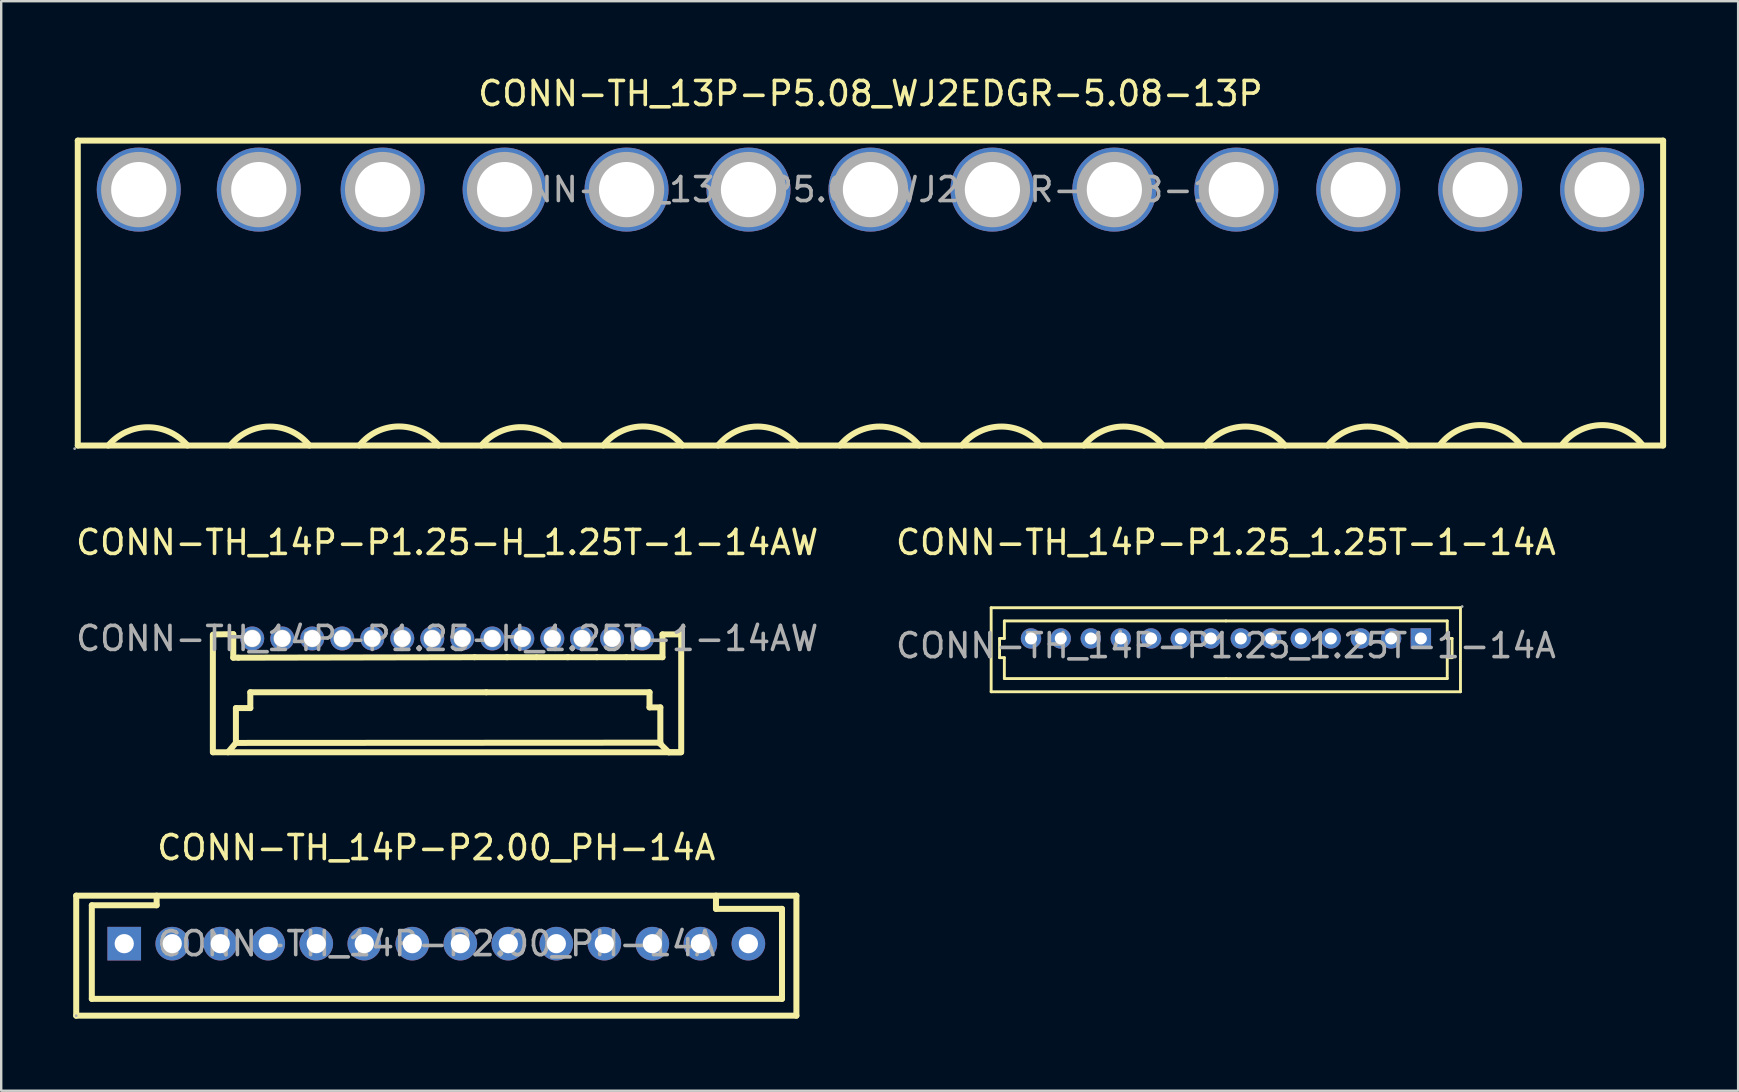
<source format=kicad_pcb>
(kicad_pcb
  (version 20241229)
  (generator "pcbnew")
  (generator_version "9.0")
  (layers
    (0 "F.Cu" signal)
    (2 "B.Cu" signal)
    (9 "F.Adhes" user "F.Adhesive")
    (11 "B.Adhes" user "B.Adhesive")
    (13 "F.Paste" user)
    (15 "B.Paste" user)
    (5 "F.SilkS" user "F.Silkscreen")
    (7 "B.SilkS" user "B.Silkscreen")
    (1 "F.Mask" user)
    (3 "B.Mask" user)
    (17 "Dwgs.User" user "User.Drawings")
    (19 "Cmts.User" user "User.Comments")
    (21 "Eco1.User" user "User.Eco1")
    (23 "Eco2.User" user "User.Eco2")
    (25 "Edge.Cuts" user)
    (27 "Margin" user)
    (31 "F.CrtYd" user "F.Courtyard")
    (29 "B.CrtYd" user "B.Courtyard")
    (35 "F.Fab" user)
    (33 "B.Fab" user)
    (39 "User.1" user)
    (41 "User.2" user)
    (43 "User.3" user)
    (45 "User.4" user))
  (footprint "CONN-TH_14P-P2.00_PH-14A"
    (layer "F.Cu")
    (at 15.125 36.26)
    (property "Reference" "CONN-TH_14P-P2.00_PH-14A" (at 0 -4 0) (layer "F.SilkS") (effects (font (size 1 1) (thickness 0.15))))
    (attr through_hole)
    (fp_line (start -15 -2) (end 15 -2) (stroke (width 0.25) (type solid)) (layer "F.SilkS"))
    (fp_line (start -15 3) (end -15 -2) (stroke (width 0.25) (type solid)) (layer "F.SilkS"))
    (fp_line (start -14.35 -1.6) (end -14.35 2.3) (stroke (width 0.25) (type solid)) (layer "F.SilkS"))
    (fp_line (start -14.35 -1.6) (end -11.65 -1.6) (stroke (width 0.25) (type solid)) (layer "F.SilkS"))
    (fp_line (start -14.35 2.3) (end 14.4 2.3) (stroke (width 0.25) (type solid)) (layer "F.SilkS"))
    (fp_line (start -11.65 -1.6) (end -11.65 -2) (stroke (width 0.25) (type solid)) (layer "F.SilkS"))
    (fp_line (start 11.65 -1.45) (end 11.65 -2) (stroke (width 0.25) (type solid)) (layer "F.SilkS"))
    (fp_line (start 14.4 -1.45) (end 11.65 -1.45) (stroke (width 0.25) (type solid)) (layer "F.SilkS"))
    (fp_line (start 14.4 2.3) (end 14.4 -1.45) (stroke (width 0.25) (type solid)) (layer "F.SilkS"))
    (fp_line (start 15 -2) (end 15 3) (stroke (width 0.25) (type solid)) (layer "F.SilkS"))
    (fp_line (start 15 3) (end -15 3) (stroke (width 0.25) (type solid)) (layer "F.SilkS"))
    (fp_circle (center -15 3) (end -14.97 3) (stroke (width 0.06) (type solid)) (fill no) (layer "F.Fab"))
    (fp_text user "${REFERENCE}" (at 0 0 0) (layer "F.Fab") (effects (font (size 1 1) (thickness 0.15))))
    (pad "1" thru_hole rect (at -13 0 180) (size 1.4 1.4) (drill 0.8) (layers "*.Cu" "*.Paste" "*.Mask"))
    (pad "2" thru_hole circle (at -11 0 180) (size 1.4 1.4) (drill 0.8) (layers "*.Cu" "*.Paste" "*.Mask"))
    (pad "3" thru_hole circle (at -9 0 180) (size 1.4 1.4) (drill 0.8) (layers "*.Cu" "*.Paste" "*.Mask"))
    (pad "4" thru_hole circle (at -7 0 180) (size 1.4 1.4) (drill 0.8) (layers "*.Cu" "*.Paste" "*.Mask"))
    (pad "5" thru_hole circle (at -5 0 180) (size 1.4 1.4) (drill 0.8) (layers "*.Cu" "*.Paste" "*.Mask"))
    (pad "6" thru_hole circle (at -3 0 180) (size 1.4 1.4) (drill 0.8) (layers "*.Cu" "*.Paste" "*.Mask"))
    (pad "7" thru_hole circle (at -1 0 180) (size 1.4 1.4) (drill 0.8) (layers "*.Cu" "*.Paste" "*.Mask"))
    (pad "8" thru_hole circle (at 1 0 180) (size 1.4 1.4) (drill 0.8) (layers "*.Cu" "*.Paste" "*.Mask"))
    (pad "9" thru_hole circle (at 3 0 180) (size 1.4 1.4) (drill 0.8) (layers "*.Cu" "*.Paste" "*.Mask"))
    (pad "10" thru_hole circle (at 5 0 180) (size 1.4 1.4) (drill 0.8) (layers "*.Cu" "*.Paste" "*.Mask"))
    (pad "11" thru_hole circle (at 7 0 180) (size 1.4 1.4) (drill 0.8) (layers "*.Cu" "*.Paste" "*.Mask"))
    (pad "12" thru_hole circle (at 9 0 180) (size 1.4 1.4) (drill 0.8) (layers "*.Cu" "*.Paste" "*.Mask"))
    (pad "13" thru_hole circle (at 11 0 180) (size 1.4 1.4) (drill 0.8) (layers "*.Cu" "*.Paste" "*.Mask"))
    (pad "14" thru_hole circle (at 13 0 180) (size 1.4 1.4) (drill 0.8) (layers "*.Cu" "*.Paste" "*.Mask")))
  (footprint "CONN-TH_14P-P1.25-H_1.25T-1-14AW"
    (layer "F.Cu")
    (at 15.577 23.547)
    (property "Reference" "CONN-TH_14P-P1.25-H_1.25T-1-14AW" (at 0 -4 0) (layer "F.SilkS") (effects (font (size 1 1) (thickness 0.15))))
    (attr through_hole)
    (fp_line (start -9.76 4.74) (end -9.76 -0.16) (stroke (width 0.25) (type solid)) (layer "F.SilkS"))
    (fp_line (start -9.68 -0.17) (end -8.91 -0.18) (stroke (width 0.25) (type solid)) (layer "F.SilkS"))
    (fp_line (start -8.91 -0.18) (end -8.91 0.8) (stroke (width 0.25) (type solid)) (layer "F.SilkS"))
    (fp_line (start -8.91 0.8) (end -8.7 0.8) (stroke (width 0.25) (type solid)) (layer "F.SilkS"))
    (fp_line (start -8.8 2.9) (end -8.8 4.35) (stroke (width 0.25) (type solid)) (layer "F.SilkS"))
    (fp_line (start -8.8 4.35) (end -9.13 4.74) (stroke (width 0.25) (type solid)) (layer "F.SilkS"))
    (fp_line (start -8.2 2.24) (end -8.2 2.9) (stroke (width 0.25) (type solid)) (layer "F.SilkS"))
    (fp_line (start -8.2 2.9) (end -8.8 2.9) (stroke (width 0.25) (type solid)) (layer "F.SilkS"))
    (fp_line (start 1.14 0.78) (end -8.7 0.8) (stroke (width 0.25) (type solid)) (layer "F.SilkS"))
    (fp_line (start 1.63 2.24) (end -8.2 2.24) (stroke (width 0.25) (type solid)) (layer "F.SilkS"))
    (fp_line (start 2.5 0.78) (end 1.14 0.78) (stroke (width 0.25) (type solid)) (layer "F.SilkS"))
    (fp_line (start 3.71 0.78) (end 2.49 0.78) (stroke (width 0.25) (type solid)) (layer "F.SilkS"))
    (fp_line (start 5.03 0.78) (end 3.74 0.78) (stroke (width 0.25) (type solid)) (layer "F.SilkS"))
    (fp_line (start 6.23 0.78) (end 5.02 0.78) (stroke (width 0.25) (type solid)) (layer "F.SilkS"))
    (fp_line (start 7.46 0.78) (end 6.24 0.78) (stroke (width 0.25) (type solid)) (layer "F.SilkS"))
    (fp_line (start 8.43 2.24) (end 1.63 2.24) (stroke (width 0.25) (type solid)) (layer "F.SilkS"))
    (fp_line (start 8.43 2.87) (end 8.43 2.24) (stroke (width 0.25) (type solid)) (layer "F.SilkS"))
    (fp_line (start 8.87 4.38) (end 8.87 4.35) (stroke (width 0.25) (type solid)) (layer "F.SilkS"))
    (fp_line (start 8.88 2.87) (end 8.43 2.87) (stroke (width 0.25) (type solid)) (layer "F.SilkS"))
    (fp_line (start 8.88 4.34) (end -8.8 4.35) (stroke (width 0.25) (type solid)) (layer "F.SilkS"))
    (fp_line (start 8.88 4.34) (end 8.88 2.87) (stroke (width 0.25) (type solid)) (layer "F.SilkS"))
    (fp_line (start 8.97 -0.17) (end 8.97 0.78) (stroke (width 0.25) (type solid)) (layer "F.SilkS"))
    (fp_line (start 8.97 0.78) (end 7.47 0.78) (stroke (width 0.25) (type solid)) (layer "F.SilkS"))
    (fp_line (start 9.23 4.74) (end 8.87 4.38) (stroke (width 0.25) (type solid)) (layer "F.SilkS"))
    (fp_line (start 9.74 4.74) (end -9.75 4.74) (stroke (width 0.25) (type solid)) (layer "F.SilkS"))
    (fp_line (start 9.74 4.74) (end 9.23 4.74) (stroke (width 0.25) (type solid)) (layer "F.SilkS"))
    (fp_line (start 9.75 -0.17) (end 8.97 -0.17) (stroke (width 0.25) (type solid)) (layer "F.SilkS"))
    (fp_line (start 9.75 4.73) (end 9.75 -0.17) (stroke (width 0.25) (type solid)) (layer "F.SilkS"))
    (fp_circle (center -8.12 0) (end -8 0) (stroke (width 0.25) (type solid)) (fill no) (layer "F.Fab"))
    (fp_circle (center -6.87 0) (end -6.75 0) (stroke (width 0.25) (type solid)) (fill no) (layer "F.Fab"))
    (fp_circle (center -5.62 0) (end -5.5 0) (stroke (width 0.25) (type solid)) (fill no) (layer "F.Fab"))
    (fp_circle (center -4.37 0) (end -4.25 0) (stroke (width 0.25) (type solid)) (fill no) (layer "F.Fab"))
    (fp_circle (center -3.12 0) (end -3 0) (stroke (width 0.25) (type solid)) (fill no) (layer "F.Fab"))
    (fp_circle (center -1.87 0) (end -1.75 0) (stroke (width 0.25) (type solid)) (fill no) (layer "F.Fab"))
    (fp_circle (center -0.62 0) (end -0.5 0) (stroke (width 0.25) (type solid)) (fill no) (layer "F.Fab"))
    (fp_circle (center 0.63 0) (end 0.75 0) (stroke (width 0.25) (type solid)) (fill no) (layer "F.Fab"))
    (fp_circle (center 1.88 0) (end 2 0) (stroke (width 0.25) (type solid)) (fill no) (layer "F.Fab"))
    (fp_circle (center 3.13 0) (end 3.25 0) (stroke (width 0.25) (type solid)) (fill no) (layer "F.Fab"))
    (fp_circle (center 4.38 0) (end 4.5 0) (stroke (width 0.25) (type solid)) (fill no) (layer "F.Fab"))
    (fp_circle (center 5.62 0) (end 5.74 0) (stroke (width 0.25) (type solid)) (fill no) (layer "F.Fab"))
    (fp_circle (center 6.87 0) (end 6.99 0) (stroke (width 0.25) (type solid)) (fill no) (layer "F.Fab"))
    (fp_circle (center 8.12 0) (end 8.24 0) (stroke (width 0.25) (type solid)) (fill no) (layer "F.Fab"))
    (fp_circle (center 9.88 -0.5) (end 9.91 -0.5) (stroke (width 0.06) (type solid)) (fill no) (layer "F.Fab"))
    (fp_text user "${REFERENCE}" (at 0 0 0) (layer "F.Fab") (effects (font (size 1 1) (thickness 0.15))))
    (pad "1" thru_hole circle (at 8.12 0 180) (size 1 1) (drill 0.7) (layers "*.Cu" "*.Paste" "*.Mask"))
    (pad "2" thru_hole circle (at 6.87 0 180) (size 1 1) (drill 0.7) (layers "*.Cu" "*.Paste" "*.Mask"))
    (pad "3" thru_hole circle (at 5.62 0 180) (size 1 1) (drill 0.7) (layers "*.Cu" "*.Paste" "*.Mask"))
    (pad "4" thru_hole circle (at 4.38 0 180) (size 1 1) (drill 0.7) (layers "*.Cu" "*.Paste" "*.Mask"))
    (pad "5" thru_hole circle (at 3.13 0 180) (size 1 1) (drill 0.7) (layers "*.Cu" "*.Paste" "*.Mask"))
    (pad "6" thru_hole circle (at 1.88 0 180) (size 1 1) (drill 0.7) (layers "*.Cu" "*.Paste" "*.Mask"))
    (pad "7" thru_hole circle (at 0.63 0) (size 1 1) (drill 0.7) (layers "*.Cu" "*.Paste" "*.Mask"))
    (pad "8" thru_hole circle (at -0.62 0) (size 1 1) (drill 0.7) (layers "*.Cu" "*.Paste" "*.Mask"))
    (pad "9" thru_hole circle (at -1.87 0) (size 1 1) (drill 0.7) (layers "*.Cu" "*.Paste" "*.Mask"))
    (pad "10" thru_hole circle (at -3.12 0) (size 1 1) (drill 0.7) (layers "*.Cu" "*.Paste" "*.Mask"))
    (pad "11" thru_hole circle (at -4.37 0) (size 1 1) (drill 0.7) (layers "*.Cu" "*.Paste" "*.Mask"))
    (pad "12" thru_hole circle (at -5.62 0) (size 1 1) (drill 0.7) (layers "*.Cu" "*.Paste" "*.Mask"))
    (pad "13" thru_hole circle (at -6.87 0) (size 1 1) (drill 0.7) (layers "*.Cu" "*.Paste" "*.Mask"))
    (pad "14" thru_hole circle (at -8.12 0) (size 1 1) (drill 0.7) (layers "*.Cu" "*.Paste" "*.Mask")))
  (footprint "CONN-TH_14P-P1.25_1.25T-1-14A"
    (layer "F.Cu")
    (at 48.018 23.846)
    (property "Reference" "CONN-TH_14P-P1.25_1.25T-1-14A" (at 0 -4.3 0) (layer "F.SilkS") (effects (font (size 1 1) (thickness 0.15))))
    (attr through_hole)
    (fp_line (start -9.78 -1.58) (end -9.78 1.92) (stroke (width 0.12) (type solid)) (layer "F.SilkS"))
    (fp_line (start -9.78 1.92) (end 9.77 1.92) (stroke (width 0.12) (type solid)) (layer "F.SilkS"))
    (fp_line (start -9.43 -0.3) (end -9.23 -0.3) (stroke (width 0.12) (type solid)) (layer "F.SilkS"))
    (fp_line (start -9.43 0.5) (end -9.43 -0.3) (stroke (width 0.12) (type solid)) (layer "F.SilkS"))
    (fp_line (start -9.23 -1.03) (end 0 -1.03) (stroke (width 0.12) (type solid)) (layer "F.SilkS"))
    (fp_line (start -9.23 -0.3) (end -9.23 -1.03) (stroke (width 0.12) (type solid)) (layer "F.SilkS"))
    (fp_line (start -9.23 0.5) (end -9.43 0.5) (stroke (width 0.12) (type solid)) (layer "F.SilkS"))
    (fp_line (start -9.23 1.37) (end -9.23 0.5) (stroke (width 0.12) (type solid)) (layer "F.SilkS"))
    (fp_line (start 0 -1.03) (end 9.22 -1.03) (stroke (width 0.12) (type solid)) (layer "F.SilkS"))
    (fp_line (start 0 1.37) (end -9.23 1.37) (stroke (width 0.12) (type solid)) (layer "F.SilkS"))
    (fp_line (start 9.22 -1.03) (end 9.22 -0.3) (stroke (width 0.12) (type solid)) (layer "F.SilkS"))
    (fp_line (start 9.22 -0.3) (end 9.42 -0.3) (stroke (width 0.12) (type solid)) (layer "F.SilkS"))
    (fp_line (start 9.22 0.5) (end 9.22 1.37) (stroke (width 0.12) (type solid)) (layer "F.SilkS"))
    (fp_line (start 9.22 1.37) (end 0 1.37) (stroke (width 0.12) (type solid)) (layer "F.SilkS"))
    (fp_line (start 9.42 -0.3) (end 9.42 0.5) (stroke (width 0.12) (type solid)) (layer "F.SilkS"))
    (fp_line (start 9.42 0.5) (end 9.22 0.5) (stroke (width 0.12) (type solid)) (layer "F.SilkS"))
    (fp_line (start 9.77 -1.58) (end -9.78 -1.58) (stroke (width 0.12) (type solid)) (layer "F.SilkS"))
    (fp_line (start 9.77 1.92) (end 9.77 -1.58) (stroke (width 0.12) (type solid)) (layer "F.SilkS"))
    (fp_circle (center 9.84 -1.63) (end 9.87 -1.63) (stroke (width 0.06) (type solid)) (fill no) (layer "F.Fab"))
    (fp_text user "${REFERENCE}" (at 0 0 0) (layer "F.Fab") (effects (font (size 1 1) (thickness 0.15))))
    (pad "1" thru_hole rect (at 8.12 -0.3 180) (size 0.85 0.85) (drill oval 0.5 0.5) (layers "*.Cu" "*.Paste" "*.Mask"))
    (pad "2" thru_hole circle (at 6.88 -0.3 180) (size 0.85 0.85) (drill oval 0.5 0.5) (layers "*.Cu" "*.Paste" "*.Mask"))
    (pad "3" thru_hole circle (at 5.62 -0.3 180) (size 0.85 0.85) (drill oval 0.5 0.5) (layers "*.Cu" "*.Paste" "*.Mask"))
    (pad "4" thru_hole circle (at 4.37 -0.3 180) (size 0.85 0.85) (drill oval 0.5 0.5) (layers "*.Cu" "*.Paste" "*.Mask"))
    (pad "5" thru_hole circle (at 3.12 -0.3 180) (size 0.85 0.85) (drill oval 0.5 0.5) (layers "*.Cu" "*.Paste" "*.Mask"))
    (pad "6" thru_hole circle (at 1.88 -0.3 180) (size 0.85 0.85) (drill oval 0.5 0.5) (layers "*.Cu" "*.Paste" "*.Mask"))
    (pad "7" thru_hole circle (at 0.62 -0.3 180) (size 0.85 0.85) (drill oval 0.5 0.5) (layers "*.Cu" "*.Paste" "*.Mask"))
    (pad "8" thru_hole circle (at -0.63 -0.3 180) (size 0.85 0.85) (drill oval 0.5 0.5) (layers "*.Cu" "*.Paste" "*.Mask"))
    (pad "9" thru_hole circle (at -1.88 -0.3 180) (size 0.85 0.85) (drill oval 0.5 0.5) (layers "*.Cu" "*.Paste" "*.Mask"))
    (pad "10" thru_hole circle (at -3.12 -0.3 180) (size 0.85 0.85) (drill oval 0.5 0.5) (layers "*.Cu" "*.Paste" "*.Mask"))
    (pad "11" thru_hole circle (at -4.38 -0.3 180) (size 0.85 0.85) (drill oval 0.5 0.5) (layers "*.Cu" "*.Paste" "*.Mask"))
    (pad "12" thru_hole circle (at -5.63 -0.3 180) (size 0.85 0.85) (drill oval 0.5 0.5) (layers "*.Cu" "*.Paste" "*.Mask"))
    (pad "13" thru_hole circle (at -6.88 -0.3 180) (size 0.85 0.85) (drill oval 0.5 0.5) (layers "*.Cu" "*.Paste" "*.Mask"))
    (pad "14" thru_hole circle (at -8.12 -0.3 180) (size 0.85 0.85) (drill oval 0.5 0.5) (layers "*.Cu" "*.Paste" "*.Mask")))
  (footprint "CONN-TH_13P-P5.08_WJ2EDGR-5.08-13P"
    (layer "F.Cu")
    (at 33.21 4.848)
    (property "Reference" "CONN-TH_13P-P5.08_WJ2EDGR-5.08-13P" (at 0 -4 0) (layer "F.SilkS") (effects (font (size 1 1) (thickness 0.15))))
    (attr through_hole)
    (fp_line (start -33.02 -2.04) (end -33.02 10.66) (stroke (width 0.25) (type solid)) (layer "F.SilkS"))
    (fp_line (start -33.02 -2.04) (end 33.02 -2.04) (stroke (width 0.25) (type solid)) (layer "F.SilkS"))
    (fp_line (start -33.02 10.66) (end 33.02 10.66) (stroke (width 0.25) (type solid)) (layer "F.SilkS"))
    (fp_line (start 33.02 -2.04) (end 33.02 10.66) (stroke (width 0.25) (type solid)) (layer "F.SilkS"))
    (fp_arc (start -31.750511 10.660599) (mid -30.100394 9.899609) (end -28.45 10.66) (stroke (width 0.25) (type solid)) (layer "F.SilkS"))
    (fp_arc (start -26.668881 10.658614) (mid -25.019109 9.870709) (end -23.37 10.66) (stroke (width 0.25) (type solid)) (layer "F.SilkS"))
    (fp_arc (start -21.289069 10.658837) (mid -19.639255 9.866969) (end -17.99 10.66) (stroke (width 0.25) (type solid)) (layer "F.SilkS"))
    (fp_arc (start -16.210689 10.660812) (mid -14.560532 9.896091) (end -12.91 10.66) (stroke (width 0.25) (type solid)) (layer "F.SilkS"))
    (fp_arc (start -11.129069 10.658837) (mid -9.479255 9.866969) (end -7.83 10.66) (stroke (width 0.25) (type solid)) (layer "F.SilkS"))
    (fp_arc (start -6.348881 10.658614) (mid -4.699109 9.870709) (end -3.05 10.66) (stroke (width 0.25) (type solid)) (layer "F.SilkS"))
    (fp_arc (start -1.268881 10.658614) (mid 0.380891 9.870709) (end 2.03 10.66) (stroke (width 0.25) (type solid)) (layer "F.SilkS"))
    (fp_arc (start 3.811119 10.658614) (mid 5.460891 9.870709) (end 7.11 10.66) (stroke (width 0.25) (type solid)) (layer "F.SilkS"))
    (fp_arc (start 8.891119 10.658614) (mid 10.540891 9.870709) (end 12.19 10.66) (stroke (width 0.25) (type solid)) (layer "F.SilkS"))
    (fp_arc (start 13.971119 10.658614) (mid 15.620891 9.870709) (end 17.27 10.66) (stroke (width 0.25) (type solid)) (layer "F.SilkS"))
    (fp_arc (start 19.051119 10.658614) (mid 20.700891 9.870709) (end 22.35 10.66) (stroke (width 0.25) (type solid)) (layer "F.SilkS"))
    (fp_arc (start 23.751119 10.598614) (mid 25.400891 9.810709) (end 27.05 10.6) (stroke (width 0.25) (type solid)) (layer "F.SilkS"))
    (fp_arc (start 28.831119 10.598614) (mid 30.480891 9.810709) (end 32.13 10.6) (stroke (width 0.25) (type solid)) (layer "F.SilkS"))
    (fp_circle (center -33.15 10.79) (end -33.12 10.79) (stroke (width 0.06) (type solid)) (fill no) (layer "F.Fab"))
    (fp_circle (center -30.48 0) (end -29.96 0) (stroke (width 1.05) (type solid)) (fill no) (layer "F.Fab"))
    (fp_circle (center -25.48 0) (end -24.96 0) (stroke (width 1.05) (type solid)) (fill no) (layer "F.Fab"))
    (fp_circle (center -20.32 0) (end -19.8 0) (stroke (width 1.05) (type solid)) (fill no) (layer "F.Fab"))
    (fp_circle (center -15.24 0) (end -14.72 0) (stroke (width 1.05) (type solid)) (fill no) (layer "F.Fab"))
    (fp_circle (center -10.16 0) (end -9.64 0) (stroke (width 1.05) (type solid)) (fill no) (layer "F.Fab"))
    (fp_circle (center -5.08 0) (end -4.56 0) (stroke (width 1.05) (type solid)) (fill no) (layer "F.Fab"))
    (fp_circle (center 0 0) (end 0.52 0) (stroke (width 1.05) (type solid)) (fill no) (layer "F.Fab"))
    (fp_circle (center 5.08 0) (end 5.6 0) (stroke (width 1.05) (type solid)) (fill no) (layer "F.Fab"))
    (fp_circle (center 10.16 0) (end 10.68 0) (stroke (width 1.05) (type solid)) (fill no) (layer "F.Fab"))
    (fp_circle (center 15.24 0) (end 15.76 0) (stroke (width 1.05) (type solid)) (fill no) (layer "F.Fab"))
    (fp_circle (center 20.32 0) (end 20.84 0) (stroke (width 1.05) (type solid)) (fill no) (layer "F.Fab"))
    (fp_circle (center 25.4 0) (end 25.92 0) (stroke (width 1.05) (type solid)) (fill no) (layer "F.Fab"))
    (fp_circle (center 30.48 0) (end 31 0) (stroke (width 1.05) (type solid)) (fill no) (layer "F.Fab"))
    (fp_text user "${REFERENCE}" (at 0 0 0) (layer "F.Fab") (effects (font (size 1 1) (thickness 0.15))))
    (pad "1" thru_hole circle (at -30.48 0) (size 3.5 3.5) (drill 2.3) (layers "*.Cu" "*.Paste" "*.Mask"))
    (pad "2" thru_hole circle (at -25.48 0) (size 3.5 3.5) (drill 2.3) (layers "*.Cu" "*.Paste" "*.Mask"))
    (pad "3" thru_hole circle (at -20.32 0) (size 3.5 3.5) (drill 2.3) (layers "*.Cu" "*.Paste" "*.Mask"))
    (pad "4" thru_hole circle (at -15.24 0) (size 3.5 3.5) (drill 2.3) (layers "*.Cu" "*.Paste" "*.Mask"))
    (pad "5" thru_hole circle (at -10.16 0) (size 3.5 3.5) (drill 2.3) (layers "*.Cu" "*.Paste" "*.Mask"))
    (pad "6" thru_hole circle (at -5.08 0) (size 3.5 3.5) (drill 2.3) (layers "*.Cu" "*.Paste" "*.Mask"))
    (pad "7" thru_hole circle (at 0 0) (size 3.5 3.5) (drill 2.3) (layers "*.Cu" "*.Paste" "*.Mask"))
    (pad "8" thru_hole circle (at 5.08 0) (size 3.5 3.5) (drill 2.3) (layers "*.Cu" "*.Paste" "*.Mask"))
    (pad "9" thru_hole circle (at 10.16 0) (size 3.5 3.5) (drill 2.3) (layers "*.Cu" "*.Paste" "*.Mask"))
    (pad "10" thru_hole circle (at 15.24 0) (size 3.5 3.5) (drill 2.3) (layers "*.Cu" "*.Paste" "*.Mask"))
    (pad "11" thru_hole circle (at 20.32 0) (size 3.5 3.5) (drill 2.3) (layers "*.Cu" "*.Paste" "*.Mask"))
    (pad "12" thru_hole circle (at 25.4 0) (size 3.5 3.5) (drill 2.3) (layers "*.Cu" "*.Paste" "*.Mask"))
    (pad "13" thru_hole circle (at 30.48 0) (size 3.5 3.5) (drill 2.3) (layers "*.Cu" "*.Paste" "*.Mask")))
  (gr_rect
    (start -3 -3)
    (end 69.355 42.385)
    (stroke (width 0.1) (type default))
    (fill no)
    (layer "Edge.Cuts")))
</source>
